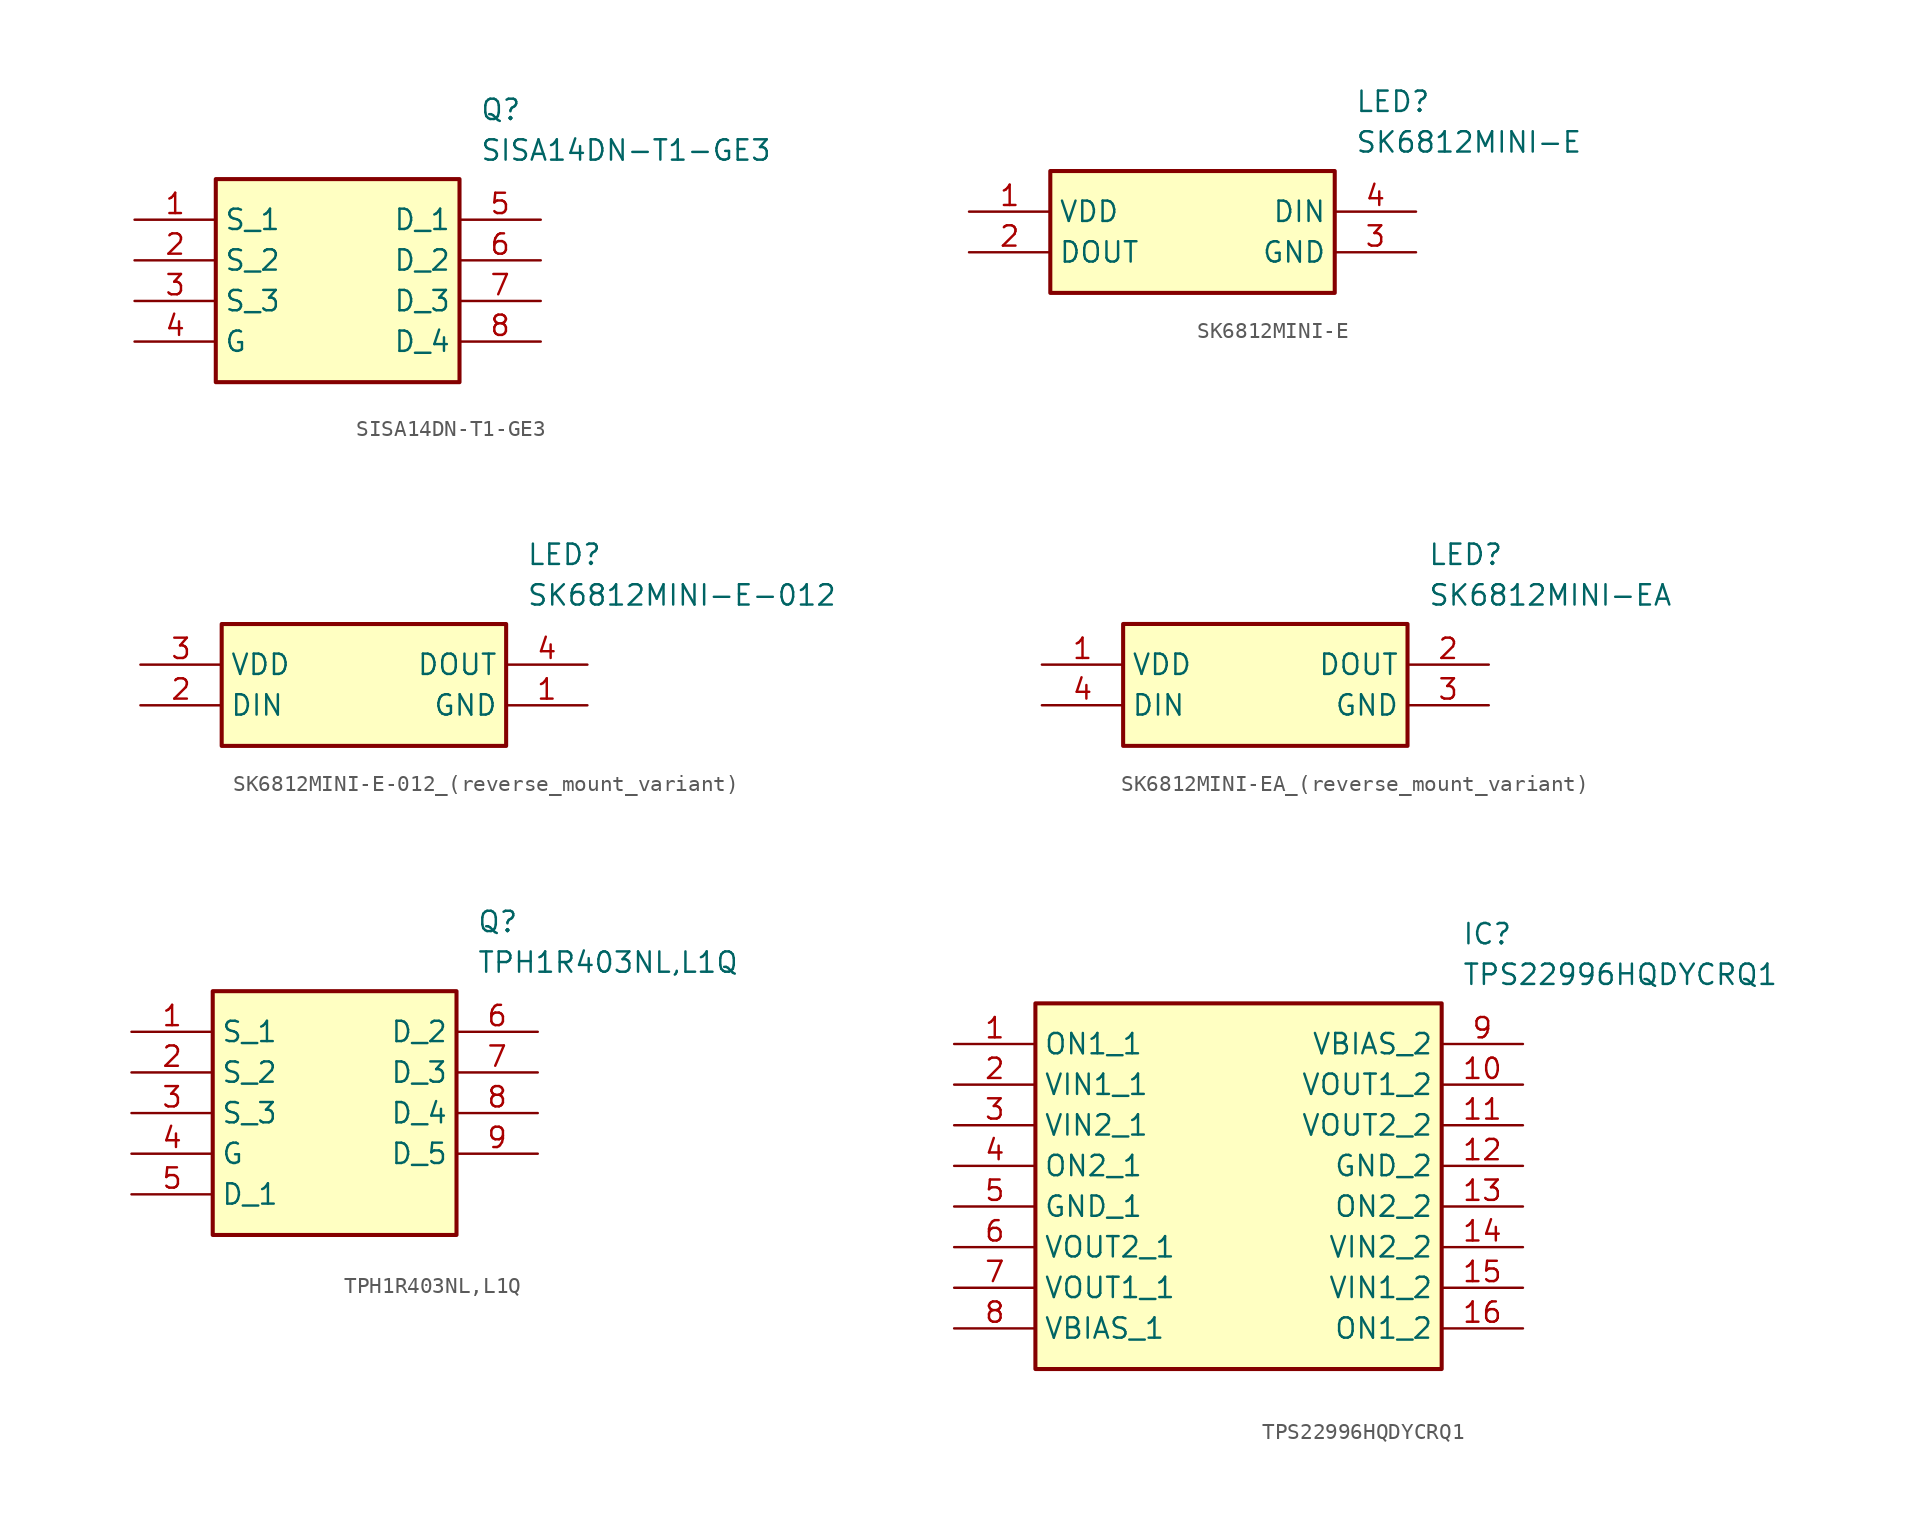
<source format=kicad_sym>
(kicad_symbol_lib
  (version 20241209)
  (generator "kicad_symbol_editor")
  (generator_version "9.0")
  (symbol "SISA14DN-T1-GE3"
    (property "Reference" "Q"
      (at 21.59 7.62 0)
      (effects (font (size 1.27 1.27)) (justify left top)))
    (property "Value" "SISA14DN-T1-GE3"
      (at 21.59 5.08 0)
      (effects (font (size 1.27 1.27)) (justify left top)))
    (symbol "SISA14DN-T1-GE3_1_1"
      (rectangle (start 5.08 2.54) (end 20.32 -10.16) (stroke (width 0.254) (type default)) (fill (type background)))
      (pin passive line (at 0 0 0) (length 5.08) (name "S_1" (effects (font (size 1.27 1.27)))) (number "1" (effects (font (size 1.27 1.27)))))
      (pin passive line (at 0 -2.54 0) (length 5.08) (name "S_2" (effects (font (size 1.27 1.27)))) (number "2" (effects (font (size 1.27 1.27)))))
      (pin passive line (at 0 -5.08 0) (length 5.08) (name "S_3" (effects (font (size 1.27 1.27)))) (number "3" (effects (font (size 1.27 1.27)))))
      (pin passive line (at 0 -7.62 0) (length 5.08) (name "G" (effects (font (size 1.27 1.27)))) (number "4" (effects (font (size 1.27 1.27)))))
      (pin passive line (at 25.4 0 180) (length 5.08) (name "D_1" (effects (font (size 1.27 1.27)))) (number "5" (effects (font (size 1.27 1.27)))))
      (pin passive line (at 25.4 -2.54 180) (length 5.08) (name "D_2" (effects (font (size 1.27 1.27)))) (number "6" (effects (font (size 1.27 1.27)))))
      (pin passive line (at 25.4 -5.08 180) (length 5.08) (name "D_3" (effects (font (size 1.27 1.27)))) (number "7" (effects (font (size 1.27 1.27)))))
      (pin passive line (at 25.4 -7.62 180) (length 5.08) (name "D_4" (effects (font (size 1.27 1.27)))) (number "8" (effects (font (size 1.27 1.27)))))))
  (symbol "SK6812MINI-E"
    (property "Reference" "LED"
      (at 24.13 7.62 0)
      (effects (font (size 1.27 1.27)) (justify left top)))
    (property "Value" "SK6812MINI-E"
      (at 24.13 5.08 0)
      (effects (font (size 1.27 1.27)) (justify left top)))
    (symbol "SK6812MINI-E_1_1"
      (rectangle (start 5.08 2.54) (end 22.86 -5.08) (stroke (width 0.254) (type default)) (fill (type background)))
      (pin passive line (at 0 0 0) (length 5.08) (name "VDD" (effects (font (size 1.27 1.27)))) (number "1" (effects (font (size 1.27 1.27)))))
      (pin passive line (at 0 -2.54 0) (length 5.08) (name "DOUT" (effects (font (size 1.27 1.27)))) (number "2" (effects (font (size 1.27 1.27)))))
      (pin passive line (at 27.94 0 180) (length 5.08) (name "DIN" (effects (font (size 1.27 1.27)))) (number "4" (effects (font (size 1.27 1.27)))))
      (pin passive line (at 27.94 -2.54 180) (length 5.08) (name "GND" (effects (font (size 1.27 1.27)))) (number "3" (effects (font (size 1.27 1.27)))))))
  (symbol "SK6812MINI-E-012_(reverse_mount_variant)"
    (property "Reference" "LED"
      (at 24.13 7.62 0)
      (effects (font (size 1.27 1.27)) (justify left top)))
    (property "Value" "SK6812MINI-E-012"
      (at 24.13 5.08 0)
      (effects (font (size 1.27 1.27)) (justify left top)))
    (symbol "SK6812MINI-E-012_(reverse_mount_variant)_1_1"
      (rectangle (start 5.08 2.54) (end 22.86 -5.08) (stroke (width 0.254) (type default)) (fill (type background)))
      (pin power_in line (at 0 0 0) (length 5.08) (name "VDD" (effects (font (size 1.27 1.27)))) (number "3" (effects (font (size 1.27 1.27)))))
      (pin input line (at 0 -2.54 0) (length 5.08) (name "DIN" (effects (font (size 1.27 1.27)))) (number "2" (effects (font (size 1.27 1.27)))))
      (pin output line (at 27.94 0 180) (length 5.08) (name "DOUT" (effects (font (size 1.27 1.27)))) (number "4" (effects (font (size 1.27 1.27)))))
      (pin power_in line (at 27.94 -2.54 180) (length 5.08) (name "GND" (effects (font (size 1.27 1.27)))) (number "1" (effects (font (size 1.27 1.27)))))))
  (symbol "SK6812MINI-EA_(reverse_mount_variant)"
    (property "Reference" "LED"
      (at 24.13 7.62 0)
      (effects (font (size 1.27 1.27)) (justify left top)))
    (property "Value" "SK6812MINI-EA"
      (at 24.13 5.08 0)
      (effects (font (size 1.27 1.27)) (justify left top)))
    (symbol "SK6812MINI-EA_(reverse_mount_variant)_1_1"
      (rectangle (start 5.08 2.54) (end 22.86 -5.08) (stroke (width 0.254) (type default)) (fill (type background)))
      (pin power_in line (at 0 0 0) (length 5.08) (name "VDD" (effects (font (size 1.27 1.27)))) (number "1" (effects (font (size 1.27 1.27)))))
      (pin input line (at 0 -2.54 0) (length 5.08) (name "DIN" (effects (font (size 1.27 1.27)))) (number "4" (effects (font (size 1.27 1.27)))))
      (pin output line (at 27.94 0 180) (length 5.08) (name "DOUT" (effects (font (size 1.27 1.27)))) (number "2" (effects (font (size 1.27 1.27)))))
      (pin power_in line (at 27.94 -2.54 180) (length 5.08) (name "GND" (effects (font (size 1.27 1.27)))) (number "3" (effects (font (size 1.27 1.27)))))))
  (symbol "TPH1R403NL,L1Q"
    (property "Reference" "Q"
      (at 21.59 7.62 0)
      (effects (font (size 1.27 1.27)) (justify left top)))
    (property "Value" "TPH1R403NL,L1Q"
      (at 21.59 5.08 0)
      (effects (font (size 1.27 1.27)) (justify left top)))
    (symbol "TPH1R403NL,L1Q_1_1"
      (rectangle (start 5.08 2.54) (end 20.32 -12.7) (stroke (width 0.254) (type default)) (fill (type background)))
      (pin passive line (at 0 0 0) (length 5.08) (name "S_1" (effects (font (size 1.27 1.27)))) (number "1" (effects (font (size 1.27 1.27)))))
      (pin passive line (at 0 -2.54 0) (length 5.08) (name "S_2" (effects (font (size 1.27 1.27)))) (number "2" (effects (font (size 1.27 1.27)))))
      (pin passive line (at 0 -5.08 0) (length 5.08) (name "S_3" (effects (font (size 1.27 1.27)))) (number "3" (effects (font (size 1.27 1.27)))))
      (pin passive line (at 0 -7.62 0) (length 5.08) (name "G" (effects (font (size 1.27 1.27)))) (number "4" (effects (font (size 1.27 1.27)))))
      (pin passive line (at 0 -10.16 0) (length 5.08) (name "D_1" (effects (font (size 1.27 1.27)))) (number "5" (effects (font (size 1.27 1.27)))))
      (pin passive line (at 25.4 0 180) (length 5.08) (name "D_2" (effects (font (size 1.27 1.27)))) (number "6" (effects (font (size 1.27 1.27)))))
      (pin passive line (at 25.4 -2.54 180) (length 5.08) (name "D_3" (effects (font (size 1.27 1.27)))) (number "7" (effects (font (size 1.27 1.27)))))
      (pin passive line (at 25.4 -5.08 180) (length 5.08) (name "D_4" (effects (font (size 1.27 1.27)))) (number "8" (effects (font (size 1.27 1.27)))))
      (pin passive line (at 25.4 -7.62 180) (length 5.08) (name "D_5" (effects (font (size 1.27 1.27)))) (number "9" (effects (font (size 1.27 1.27)))))))
  (symbol "TPS22996HQDYCRQ1"
    (property "Reference" "IC"
      (at 31.75 7.62 0)
      (effects (font (size 1.27 1.27)) (justify left top)))
    (property "Value" "TPS22996HQDYCRQ1"
      (at 31.75 5.08 0)
      (effects (font (size 1.27 1.27)) (justify left top)))
    (symbol "TPS22996HQDYCRQ1_1_1"
      (rectangle (start 5.08 2.54) (end 30.48 -20.32) (stroke (width 0.254) (type default)) (fill (type background)))
      (pin passive line (at 0 0 0) (length 5.08) (name "ON1_1" (effects (font (size 1.27 1.27)))) (number "1" (effects (font (size 1.27 1.27)))))
      (pin passive line (at 0 -2.54 0) (length 5.08) (name "VIN1_1" (effects (font (size 1.27 1.27)))) (number "2" (effects (font (size 1.27 1.27)))))
      (pin passive line (at 0 -5.08 0) (length 5.08) (name "VIN2_1" (effects (font (size 1.27 1.27)))) (number "3" (effects (font (size 1.27 1.27)))))
      (pin passive line (at 0 -7.62 0) (length 5.08) (name "ON2_1" (effects (font (size 1.27 1.27)))) (number "4" (effects (font (size 1.27 1.27)))))
      (pin passive line (at 0 -10.16 0) (length 5.08) (name "GND_1" (effects (font (size 1.27 1.27)))) (number "5" (effects (font (size 1.27 1.27)))))
      (pin passive line (at 0 -12.7 0) (length 5.08) (name "VOUT2_1" (effects (font (size 1.27 1.27)))) (number "6" (effects (font (size 1.27 1.27)))))
      (pin passive line (at 0 -15.24 0) (length 5.08) (name "VOUT1_1" (effects (font (size 1.27 1.27)))) (number "7" (effects (font (size 1.27 1.27)))))
      (pin passive line (at 0 -17.78 0) (length 5.08) (name "VBIAS_1" (effects (font (size 1.27 1.27)))) (number "8" (effects (font (size 1.27 1.27)))))
      (pin passive line (at 35.56 0 180) (length 5.08) (name "VBIAS_2" (effects (font (size 1.27 1.27)))) (number "9" (effects (font (size 1.27 1.27)))))
      (pin passive line (at 35.56 -2.54 180) (length 5.08) (name "VOUT1_2" (effects (font (size 1.27 1.27)))) (number "10" (effects (font (size 1.27 1.27)))))
      (pin passive line (at 35.56 -5.08 180) (length 5.08) (name "VOUT2_2" (effects (font (size 1.27 1.27)))) (number "11" (effects (font (size 1.27 1.27)))))
      (pin passive line (at 35.56 -7.62 180) (length 5.08) (name "GND_2" (effects (font (size 1.27 1.27)))) (number "12" (effects (font (size 1.27 1.27)))))
      (pin passive line (at 35.56 -10.16 180) (length 5.08) (name "ON2_2" (effects (font (size 1.27 1.27)))) (number "13" (effects (font (size 1.27 1.27)))))
      (pin passive line (at 35.56 -12.7 180) (length 5.08) (name "VIN2_2" (effects (font (size 1.27 1.27)))) (number "14" (effects (font (size 1.27 1.27)))))
      (pin passive line (at 35.56 -15.24 180) (length 5.08) (name "VIN1_2" (effects (font (size 1.27 1.27)))) (number "15" (effects (font (size 1.27 1.27)))))
      (pin passive line (at 35.56 -17.78 180) (length 5.08) (name "ON1_2" (effects (font (size 1.27 1.27)))) (number "16" (effects (font (size 1.27 1.27))))))))
</source>
